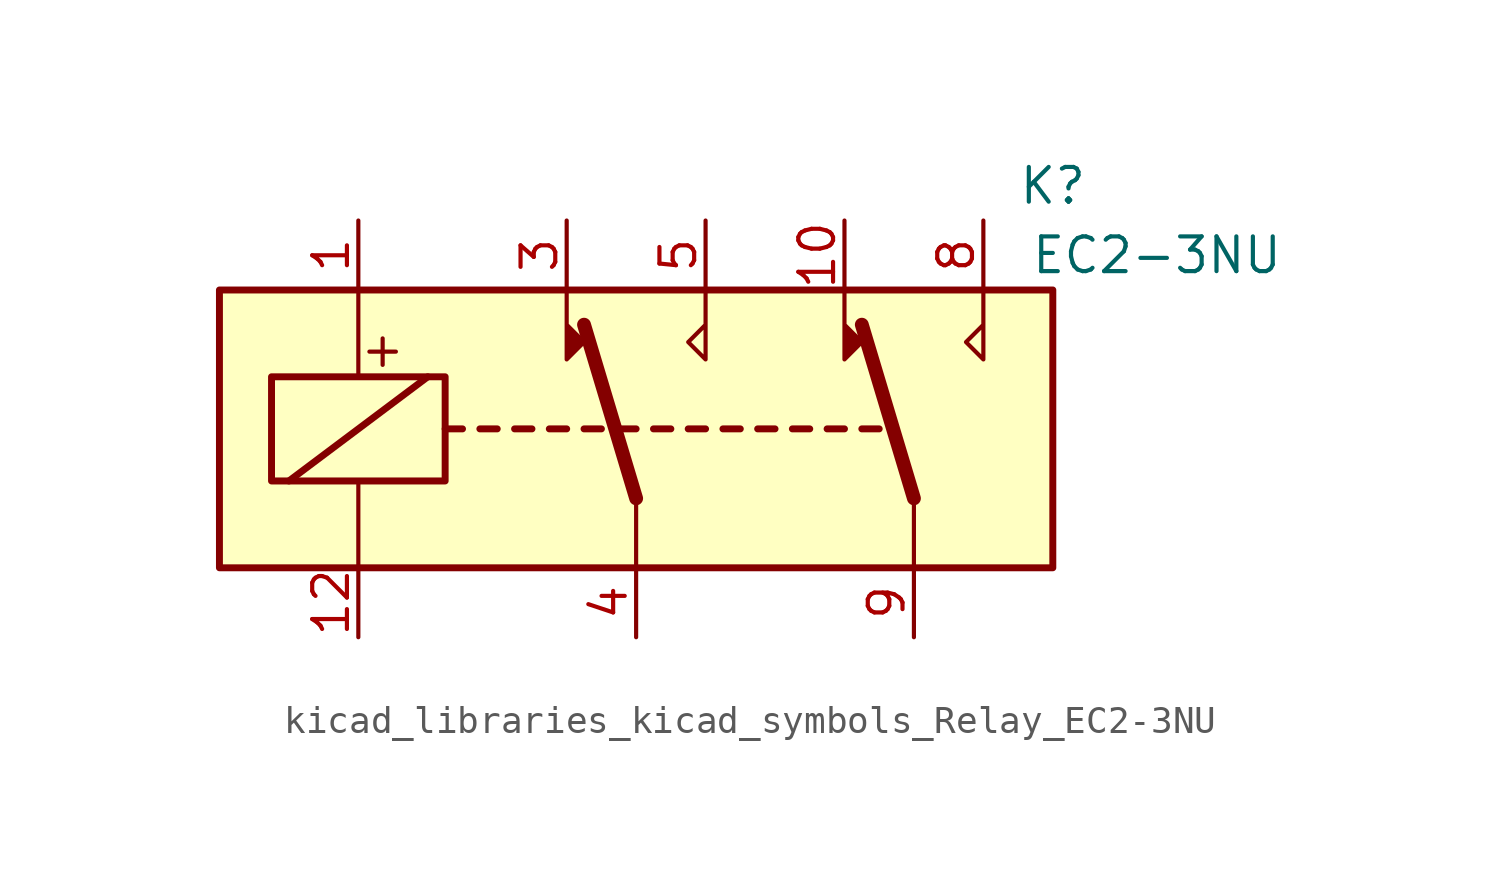
<source format=kicad_sym>
(kicad_symbol_lib
  (version 20220914)
  (generator kicad_symbol_editor)
  (symbol "kicad_libraries_kicad_symbols_Relay_EC2-3NU"
    (property "Reference" "K"
      (at 15.24 8.89 0)
      (effects (font (size 1.27 1.27))))
    (property "Value" "EC2-3NU"
      (at 19.05 6.35 0)
      (effects (font (size 1.27 1.27))))
    (symbol "kicad_libraries_kicad_symbols_Relay_EC2-3NU_1_1"
      (rectangle (start -15.24 5.08) (end 15.24 -5.08) (stroke (width 0.254) (type default)) (fill (type background)))
      (rectangle (start -13.335 1.905) (end -6.985 -1.905) (stroke (width 0.254) (type default)) (fill (type none)))
      (polyline (pts (xy -12.7 -1.905) (xy -7.62 1.905)) (stroke (width 0.254) (type default)) (fill (type none)))
      (polyline (pts (xy -10.16 -5.08) (xy -10.16 -1.905)) (stroke (width 0) (type default)) (fill (type none)))
      (polyline (pts (xy -10.16 5.08) (xy -10.16 1.905)) (stroke (width 0) (type default)) (fill (type none)))
      (polyline (pts (xy -6.985 0) (xy -6.35 0)) (stroke (width 0.254) (type default)) (fill (type none)))
      (polyline (pts (xy -5.715 0) (xy -5.08 0)) (stroke (width 0.254) (type default)) (fill (type none)))
      (polyline (pts (xy -4.445 0) (xy -3.81 0)) (stroke (width 0.254) (type default)) (fill (type none)))
      (polyline (pts (xy -3.175 0) (xy -2.54 0)) (stroke (width 0.254) (type default)) (fill (type none)))
      (polyline (pts (xy -1.905 0) (xy -1.27 0)) (stroke (width 0.254) (type default)) (fill (type none)))
      (polyline (pts (xy -0.635 0) (xy 0 0)) (stroke (width 0.254) (type default)) (fill (type none)))
      (polyline (pts (xy 0 -2.54) (xy -1.905 3.81)) (stroke (width 0.508) (type default)) (fill (type none)))
      (polyline (pts (xy 0 -2.54) (xy 0 -5.08)) (stroke (width 0) (type default)) (fill (type none)))
      (polyline (pts (xy 0.635 0) (xy 1.27 0)) (stroke (width 0.254) (type default)) (fill (type none)))
      (polyline (pts (xy 1.905 0) (xy 2.54 0)) (stroke (width 0.254) (type default)) (fill (type none)))
      (polyline (pts (xy 3.175 0) (xy 3.81 0)) (stroke (width 0.254) (type default)) (fill (type none)))
      (polyline (pts (xy 4.445 0) (xy 5.08 0)) (stroke (width 0.254) (type default)) (fill (type none)))
      (polyline (pts (xy 5.715 0) (xy 6.35 0)) (stroke (width 0.254) (type default)) (fill (type none)))
      (polyline (pts (xy 6.985 0) (xy 7.62 0)) (stroke (width 0.254) (type default)) (fill (type none)))
      (polyline (pts (xy 8.255 0) (xy 8.89 0)) (stroke (width 0.254) (type default)) (fill (type none)))
      (polyline (pts (xy 10.16 -2.54) (xy 8.255 3.81)) (stroke (width 0.508) (type default)) (fill (type none)))
      (polyline (pts (xy 10.16 -2.54) (xy 10.16 -5.08)) (stroke (width 0) (type default)) (fill (type none)))
      (polyline (pts (xy -2.54 5.08) (xy -2.54 2.54) (xy -1.905 3.175) (xy -2.54 3.81)) (stroke (width 0) (type default)) (fill (type outline)))
      (polyline (pts (xy 2.54 5.08) (xy 2.54 2.54) (xy 1.905 3.175) (xy 2.54 3.81)) (stroke (width 0) (type default)) (fill (type none)))
      (polyline (pts (xy 7.62 5.08) (xy 7.62 2.54) (xy 8.255 3.175) (xy 7.62 3.81)) (stroke (width 0) (type default)) (fill (type outline)))
      (polyline (pts (xy 12.7 5.08) (xy 12.7 2.54) (xy 12.065 3.175) (xy 12.7 3.81)) (stroke (width 0) (type default)) (fill (type none)))
      (text "+" (at -9.271 2.921 0) (effects (font (size 1.27 1.27))))
      (pin passive line (at -10.16 7.62 270) (length 2.54) (name "~" (effects (font (size 1.27 1.27)))) (number "1" (effects (font (size 1.27 1.27)))))
      (pin passive line (at 7.62 7.62 270) (length 2.54) (name "~" (effects (font (size 1.27 1.27)))) (number "10" (effects (font (size 1.27 1.27)))))
      (pin passive line (at -10.16 -7.62 90) (length 2.54) (name "~" (effects (font (size 1.27 1.27)))) (number "12" (effects (font (size 1.27 1.27)))))
      (pin passive line (at -2.54 7.62 270) (length 2.54) (name "~" (effects (font (size 1.27 1.27)))) (number "3" (effects (font (size 1.27 1.27)))))
      (pin passive line (at 0 -7.62 90) (length 2.54) (name "~" (effects (font (size 1.27 1.27)))) (number "4" (effects (font (size 1.27 1.27)))))
      (pin passive line (at 2.54 7.62 270) (length 2.54) (name "~" (effects (font (size 1.27 1.27)))) (number "5" (effects (font (size 1.27 1.27)))))
      (pin passive line (at 12.7 7.62 270) (length 2.54) (name "~" (effects (font (size 1.27 1.27)))) (number "8" (effects (font (size 1.27 1.27)))))
      (pin passive line (at 10.16 -7.62 90) (length 2.54) (name "~" (effects (font (size 1.27 1.27)))) (number "9" (effects (font (size 1.27 1.27))))))))
</source>
